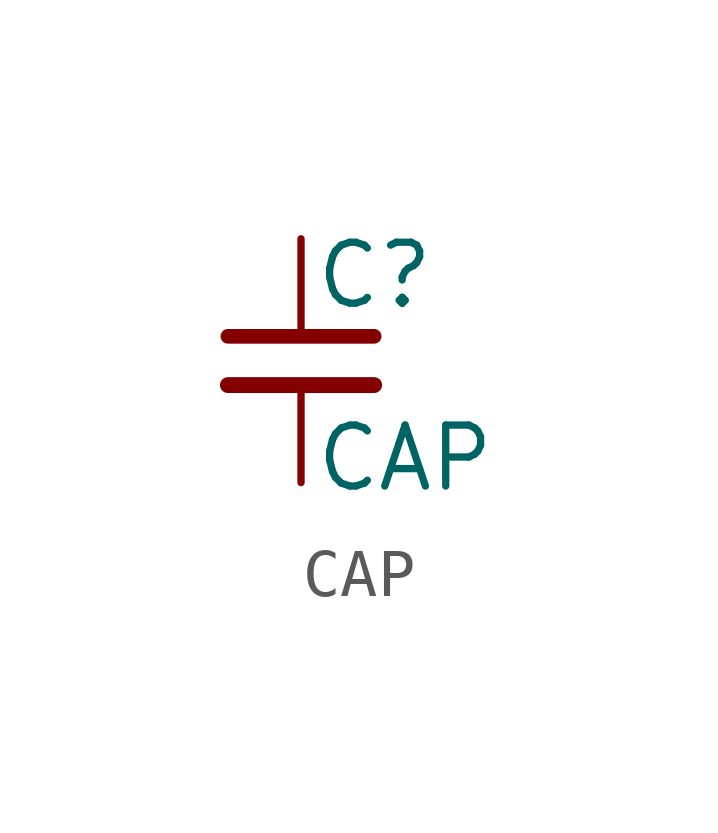
<source format=kicad_sym>
(kicad_symbol_lib
  (version 20241209)
  (generator "kicad_symbol_editor")
  (generator_version "9.0")
  (symbol "CAP"
    (pin_numbers
      (hide yes))
    (pin_names
      (offset 0.254)
      (hide yes))
    (property "Reference" "C"
      (at 0.254 1.778 0)
      (effects (font (size 1.27 1.27)) (justify left)))
    (property "Value" "CAP"
      (at 0.254 -2.032 0)
      (effects (font (size 1.27 1.27)) (justify left)))
    (symbol "CAP_0_1"
      (polyline (pts (xy -1.524 0.508) (xy 1.524 0.508)) (stroke (width 0.305) (type default)) (fill (type none)))
      (polyline (pts (xy -1.524 -0.508) (xy 1.524 -0.508)) (stroke (width 0.33) (type default)) (fill (type none))))
    (symbol "CAP_1_1"
      (pin passive line (at 0 2.54 270) (length 2.032) (name "~" (effects (font (size 1.27 1.27)))) (number "1" (effects (font (size 1.27 1.27)))))
      (pin passive line (at 0 -2.54 90) (length 2.032) (name "~" (effects (font (size 1.27 1.27)))) (number "2" (effects (font (size 1.27 1.27))))))))
</source>
